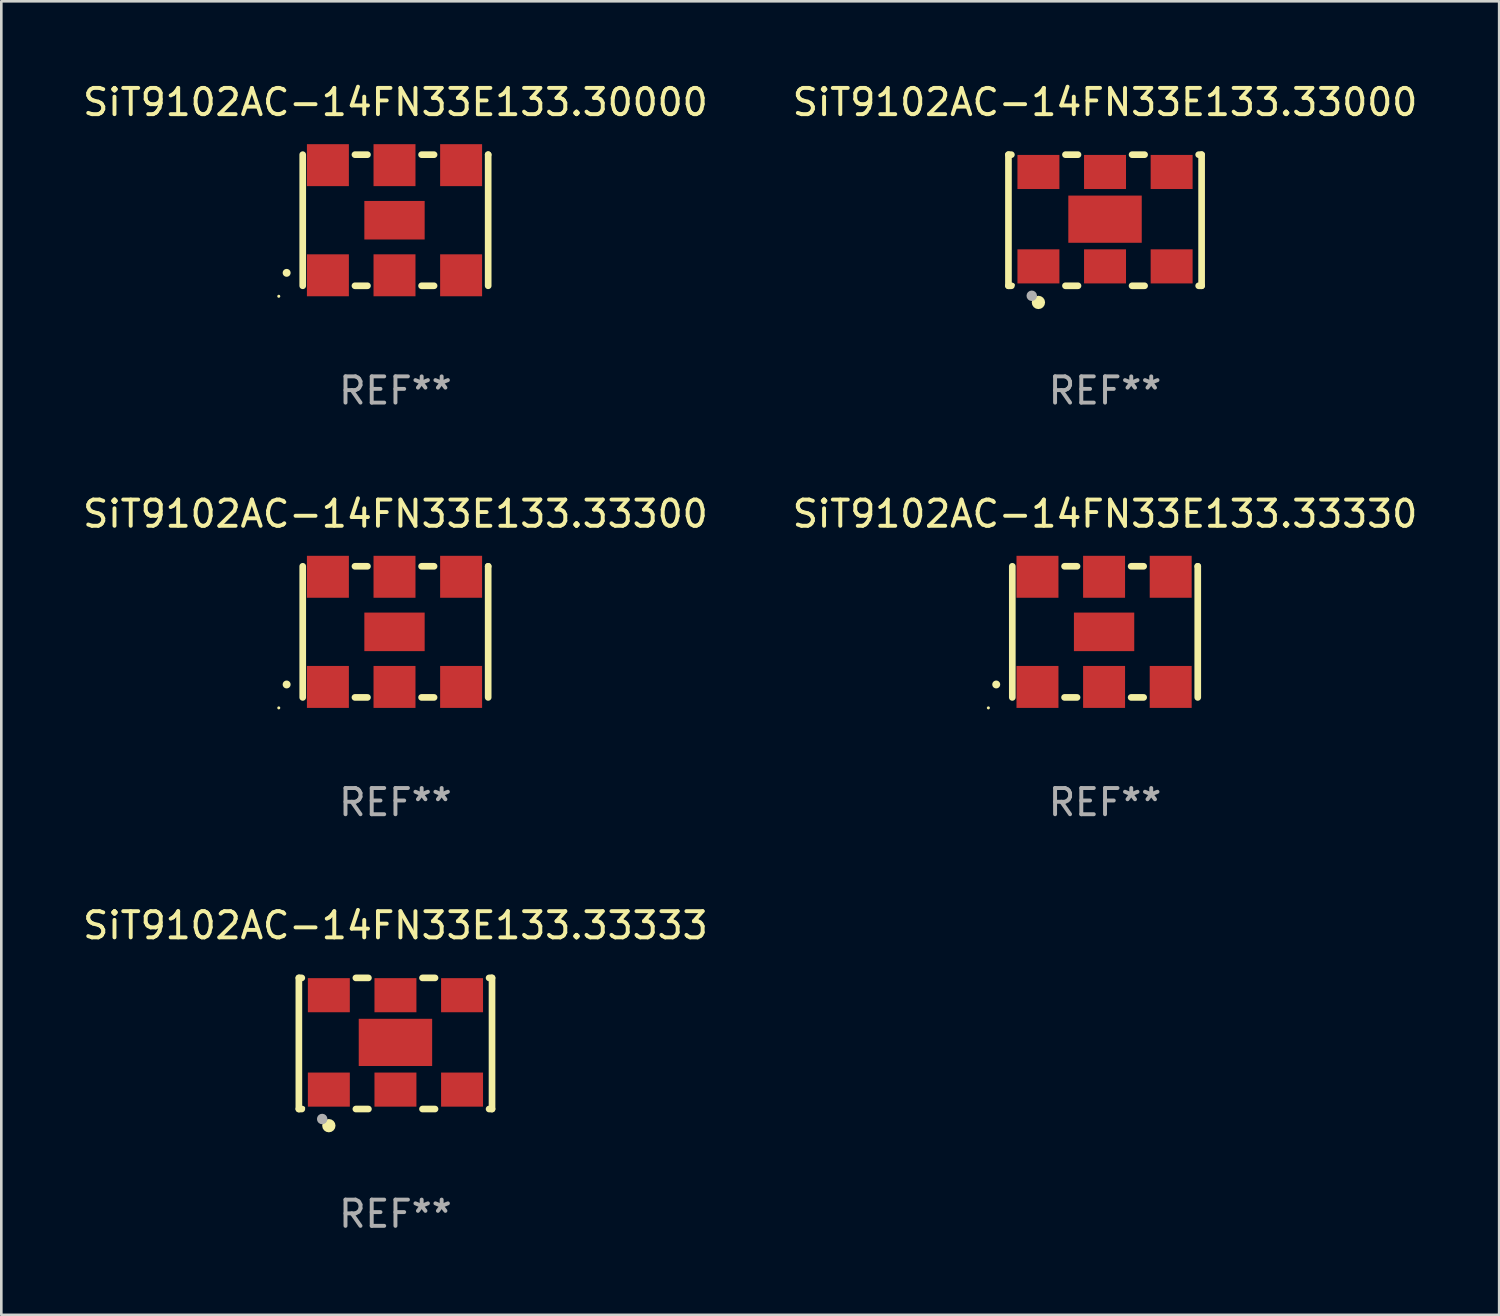
<source format=kicad_pcb>
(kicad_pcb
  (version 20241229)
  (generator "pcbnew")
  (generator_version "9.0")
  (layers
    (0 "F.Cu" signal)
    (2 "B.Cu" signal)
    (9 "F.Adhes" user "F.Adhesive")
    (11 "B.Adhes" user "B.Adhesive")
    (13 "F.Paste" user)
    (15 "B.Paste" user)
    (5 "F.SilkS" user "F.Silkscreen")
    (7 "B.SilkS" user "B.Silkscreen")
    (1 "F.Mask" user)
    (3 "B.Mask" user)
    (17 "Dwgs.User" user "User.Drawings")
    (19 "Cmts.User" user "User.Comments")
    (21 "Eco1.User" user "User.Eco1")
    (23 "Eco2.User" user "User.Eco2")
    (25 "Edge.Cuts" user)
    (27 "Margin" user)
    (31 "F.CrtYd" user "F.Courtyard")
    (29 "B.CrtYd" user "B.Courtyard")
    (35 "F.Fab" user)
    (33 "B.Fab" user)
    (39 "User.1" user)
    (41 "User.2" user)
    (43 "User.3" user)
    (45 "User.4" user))
  (footprint "SiT9102AC-14FN33E133.30000"
    (layer "F.Cu")
    (at 12.03 5.348)
    (property "Reference" "SiT9102AC-14FN33E133.30000" (at 0 -4.5 0) (layer "F.SilkS") (effects (font (size 1 1) (thickness 0.15))))
    (attr through_hole)
    (fp_line (start -3.536 -2.5) (end -3.536 2.5) (stroke (width 0.254) (type solid)) (layer "F.SilkS"))
    (fp_line (start -1.544 2.5) (end -1.067 2.5) (stroke (width 0.254) (type solid)) (layer "F.SilkS"))
    (fp_line (start -1.067 -2.5) (end -1.544 -2.5) (stroke (width 0.254) (type solid)) (layer "F.SilkS"))
    (fp_line (start 0.996 2.5) (end 1.473 2.5) (stroke (width 0.254) (type solid)) (layer "F.SilkS"))
    (fp_line (start 1.473 -2.5) (end 0.996 -2.5) (stroke (width 0.254) (type solid)) (layer "F.SilkS"))
    (fp_line (start 3.536 -2.5) (end 3.536 -2.5) (stroke (width 0.254) (type solid)) (layer "F.SilkS"))
    (fp_line (start 3.536 2.5) (end 3.536 -2.5) (stroke (width 0.254) (type solid)) (layer "F.SilkS"))
    (fp_arc (start -4.150432 2.006604) (mid -4.149162 2.006599) (end -4.147892 2.006604) (stroke (width 0.3) (type solid)) (layer "F.SilkS"))
    (fp_circle (center -4.449 2.9) (end -4.419 2.9) (stroke (width 0.06) (type solid)) (fill no) (layer "F.SilkS"))
    (fp_text user "REF**" (at 0 6.5 0) (layer "F.Fab") (effects (font (size 1 1) (thickness 0.15))))
    (pad "1" smd rect (at -2.576 2.1) (size 1.6 1.6) (layers "F.Cu" "F.Mask" "F.Paste"))
    (pad "2" smd rect (at -0.036 2.1) (size 1.6 1.6) (layers "F.Cu" "F.Mask" "F.Paste"))
    (pad "3" smd rect (at 2.504 2.1) (size 1.6 1.6) (layers "F.Cu" "F.Mask" "F.Paste"))
    (pad "4" smd rect (at 2.504 -2.1) (size 1.6 1.6) (layers "F.Cu" "F.Mask" "F.Paste"))
    (pad "5" smd rect (at -0.036 -2.1) (size 1.6 1.6) (layers "F.Cu" "F.Mask" "F.Paste"))
    (pad "6" smd rect (at -2.576 -2.1) (size 1.6 1.6) (layers "F.Cu" "F.Mask" "F.Paste"))
    (pad "7" smd rect (at -0.036 0) (size 2.3 1.47) (layers "F.Cu" "F.Mask" "F.Paste")))
  (footprint "SiT9102AC-14FN33E133.33333"
    (layer "F.Cu")
    (at 12.03 36.741)
    (property "Reference" "SiT9102AC-14FN33E133.33333" (at 0 -4.5 0) (layer "F.SilkS") (effects (font (size 1 1) (thickness 0.15))))
    (attr through_hole)
    (fp_line (start -3.683 -2.5) (end -3.571 -2.5) (stroke (width 0.254) (type solid)) (layer "F.SilkS"))
    (fp_line (start -3.683 2.5) (end -3.683 -2.5) (stroke (width 0.254) (type solid)) (layer "F.SilkS"))
    (fp_line (start -3.683 2.5) (end -3.571 2.5) (stroke (width 0.254) (type solid)) (layer "F.SilkS"))
    (fp_line (start -1.509 -2.5) (end -1.031 -2.5) (stroke (width 0.254) (type solid)) (layer "F.SilkS"))
    (fp_line (start -1.509 2.5) (end -1.031 2.5) (stroke (width 0.254) (type solid)) (layer "F.SilkS"))
    (fp_line (start 1.031 -2.5) (end 1.509 -2.5) (stroke (width 0.254) (type solid)) (layer "F.SilkS"))
    (fp_line (start 1.031 2.5) (end 1.509 2.5) (stroke (width 0.254) (type solid)) (layer "F.SilkS"))
    (fp_line (start 3.571 -2.5) (end 3.683 -2.5) (stroke (width 0.254) (type solid)) (layer "F.SilkS"))
    (fp_line (start 3.571 2.5) (end 3.683 2.5) (stroke (width 0.254) (type solid)) (layer "F.SilkS"))
    (fp_line (start 3.683 2.5) (end 3.683 -2.5) (stroke (width 0.254) (type solid)) (layer "F.SilkS"))
    (fp_circle (center -3.5 2.46) (end -3.47 2.46) (stroke (width 0.06) (type solid)) (fill no) (layer "F.SilkS"))
    (fp_circle (center -2.54 3.135) (end -2.413 3.135) (stroke (width 0.254) (type solid)) (fill no) (layer "F.SilkS"))
    (fp_circle (center -2.794 2.881) (end -2.694 2.881) (stroke (width 0.2) (type solid)) (fill no) (layer "F.Fab"))
    (fp_text user "REF**" (at 0 6.5 0) (layer "F.Fab") (effects (font (size 1 1) (thickness 0.15))))
    (pad "1" smd rect (at -2.54 1.76) (size 1.6 1.3) (layers "F.Cu" "F.Mask" "F.Paste"))
    (pad "2" smd rect (at 0 1.76) (size 1.6 1.3) (layers "F.Cu" "F.Mask" "F.Paste"))
    (pad "3" smd rect (at 2.54 1.76) (size 1.6 1.3) (layers "F.Cu" "F.Mask" "F.Paste"))
    (pad "4" smd rect (at 2.54 -1.84) (size 1.6 1.3) (layers "F.Cu" "F.Mask" "F.Paste"))
    (pad "5" smd rect (at 0 -1.84) (size 1.6 1.3) (layers "F.Cu" "F.Mask" "F.Paste"))
    (pad "6" smd rect (at -2.54 -1.84) (size 1.6 1.3) (layers "F.Cu" "F.Mask" "F.Paste"))
    (pad "7" smd rect (at 0 -0.04) (size 2.8 1.8) (layers "F.Cu" "F.Mask" "F.Paste")))
  (footprint "SiT9102AC-14FN33E133.33000"
    (layer "F.Cu")
    (at 39.089 5.348)
    (property "Reference" "SiT9102AC-14FN33E133.33000" (at 0 -4.5 0) (layer "F.SilkS") (effects (font (size 1 1) (thickness 0.15))))
    (attr through_hole)
    (fp_line (start -3.683 -2.5) (end -3.571 -2.5) (stroke (width 0.254) (type solid)) (layer "F.SilkS"))
    (fp_line (start -3.683 2.5) (end -3.683 -2.5) (stroke (width 0.254) (type solid)) (layer "F.SilkS"))
    (fp_line (start -3.683 2.5) (end -3.571 2.5) (stroke (width 0.254) (type solid)) (layer "F.SilkS"))
    (fp_line (start -1.509 -2.5) (end -1.031 -2.5) (stroke (width 0.254) (type solid)) (layer "F.SilkS"))
    (fp_line (start -1.509 2.5) (end -1.031 2.5) (stroke (width 0.254) (type solid)) (layer "F.SilkS"))
    (fp_line (start 1.031 -2.5) (end 1.509 -2.5) (stroke (width 0.254) (type solid)) (layer "F.SilkS"))
    (fp_line (start 1.031 2.5) (end 1.509 2.5) (stroke (width 0.254) (type solid)) (layer "F.SilkS"))
    (fp_line (start 3.571 -2.5) (end 3.683 -2.5) (stroke (width 0.254) (type solid)) (layer "F.SilkS"))
    (fp_line (start 3.571 2.5) (end 3.683 2.5) (stroke (width 0.254) (type solid)) (layer "F.SilkS"))
    (fp_line (start 3.683 2.5) (end 3.683 -2.5) (stroke (width 0.254) (type solid)) (layer "F.SilkS"))
    (fp_circle (center -3.5 2.46) (end -3.47 2.46) (stroke (width 0.06) (type solid)) (fill no) (layer "F.SilkS"))
    (fp_circle (center -2.54 3.135) (end -2.413 3.135) (stroke (width 0.254) (type solid)) (fill no) (layer "F.SilkS"))
    (fp_circle (center -2.794 2.881) (end -2.694 2.881) (stroke (width 0.2) (type solid)) (fill no) (layer "F.Fab"))
    (fp_text user "REF**" (at 0 6.5 0) (layer "F.Fab") (effects (font (size 1 1) (thickness 0.15))))
    (pad "1" smd rect (at -2.54 1.76) (size 1.6 1.3) (layers "F.Cu" "F.Mask" "F.Paste"))
    (pad "2" smd rect (at 0 1.76) (size 1.6 1.3) (layers "F.Cu" "F.Mask" "F.Paste"))
    (pad "3" smd rect (at 2.54 1.76) (size 1.6 1.3) (layers "F.Cu" "F.Mask" "F.Paste"))
    (pad "4" smd rect (at 2.54 -1.84) (size 1.6 1.3) (layers "F.Cu" "F.Mask" "F.Paste"))
    (pad "5" smd rect (at 0 -1.84) (size 1.6 1.3) (layers "F.Cu" "F.Mask" "F.Paste"))
    (pad "6" smd rect (at -2.54 -1.84) (size 1.6 1.3) (layers "F.Cu" "F.Mask" "F.Paste"))
    (pad "7" smd rect (at 0 -0.04) (size 2.8 1.8) (layers "F.Cu" "F.Mask" "F.Paste")))
  (footprint "SiT9102AC-14FN33E133.33300"
    (layer "F.Cu")
    (at 12.03 21.045)
    (property "Reference" "SiT9102AC-14FN33E133.33300" (at 0 -4.5 0) (layer "F.SilkS") (effects (font (size 1 1) (thickness 0.15))))
    (attr through_hole)
    (fp_line (start -3.536 -2.5) (end -3.536 2.5) (stroke (width 0.254) (type solid)) (layer "F.SilkS"))
    (fp_line (start -1.544 2.5) (end -1.067 2.5) (stroke (width 0.254) (type solid)) (layer "F.SilkS"))
    (fp_line (start -1.067 -2.5) (end -1.544 -2.5) (stroke (width 0.254) (type solid)) (layer "F.SilkS"))
    (fp_line (start 0.996 2.5) (end 1.473 2.5) (stroke (width 0.254) (type solid)) (layer "F.SilkS"))
    (fp_line (start 1.473 -2.5) (end 0.996 -2.5) (stroke (width 0.254) (type solid)) (layer "F.SilkS"))
    (fp_line (start 3.536 -2.5) (end 3.536 -2.5) (stroke (width 0.254) (type solid)) (layer "F.SilkS"))
    (fp_line (start 3.536 2.5) (end 3.536 -2.5) (stroke (width 0.254) (type solid)) (layer "F.SilkS"))
    (fp_arc (start -4.150432 2.006604) (mid -4.149162 2.006599) (end -4.147892 2.006604) (stroke (width 0.3) (type solid)) (layer "F.SilkS"))
    (fp_circle (center -4.449 2.9) (end -4.419 2.9) (stroke (width 0.06) (type solid)) (fill no) (layer "F.SilkS"))
    (fp_text user "REF**" (at 0 6.5 0) (layer "F.Fab") (effects (font (size 1 1) (thickness 0.15))))
    (pad "1" smd rect (at -2.576 2.1) (size 1.6 1.6) (layers "F.Cu" "F.Mask" "F.Paste"))
    (pad "2" smd rect (at -0.036 2.1) (size 1.6 1.6) (layers "F.Cu" "F.Mask" "F.Paste"))
    (pad "3" smd rect (at 2.504 2.1) (size 1.6 1.6) (layers "F.Cu" "F.Mask" "F.Paste"))
    (pad "4" smd rect (at 2.504 -2.1) (size 1.6 1.6) (layers "F.Cu" "F.Mask" "F.Paste"))
    (pad "5" smd rect (at -0.036 -2.1) (size 1.6 1.6) (layers "F.Cu" "F.Mask" "F.Paste"))
    (pad "6" smd rect (at -2.576 -2.1) (size 1.6 1.6) (layers "F.Cu" "F.Mask" "F.Paste"))
    (pad "7" smd rect (at -0.036 0) (size 2.3 1.47) (layers "F.Cu" "F.Mask" "F.Paste")))
  (footprint "SiT9102AC-14FN33E133.33330"
    (layer "F.Cu")
    (at 39.089 21.045)
    (property "Reference" "SiT9102AC-14FN33E133.33330" (at 0 -4.5 0) (layer "F.SilkS") (effects (font (size 1 1) (thickness 0.15))))
    (attr through_hole)
    (fp_line (start -3.536 -2.5) (end -3.536 2.5) (stroke (width 0.254) (type solid)) (layer "F.SilkS"))
    (fp_line (start -1.544 2.5) (end -1.067 2.5) (stroke (width 0.254) (type solid)) (layer "F.SilkS"))
    (fp_line (start -1.067 -2.5) (end -1.544 -2.5) (stroke (width 0.254) (type solid)) (layer "F.SilkS"))
    (fp_line (start 0.996 2.5) (end 1.473 2.5) (stroke (width 0.254) (type solid)) (layer "F.SilkS"))
    (fp_line (start 1.473 -2.5) (end 0.996 -2.5) (stroke (width 0.254) (type solid)) (layer "F.SilkS"))
    (fp_line (start 3.536 -2.5) (end 3.536 -2.5) (stroke (width 0.254) (type solid)) (layer "F.SilkS"))
    (fp_line (start 3.536 2.5) (end 3.536 -2.5) (stroke (width 0.254) (type solid)) (layer "F.SilkS"))
    (fp_arc (start -4.150432 2.006604) (mid -4.149162 2.006599) (end -4.147892 2.006604) (stroke (width 0.3) (type solid)) (layer "F.SilkS"))
    (fp_circle (center -4.449 2.9) (end -4.419 2.9) (stroke (width 0.06) (type solid)) (fill no) (layer "F.SilkS"))
    (fp_text user "REF**" (at 0 6.5 0) (layer "F.Fab") (effects (font (size 1 1) (thickness 0.15))))
    (pad "1" smd rect (at -2.576 2.1) (size 1.6 1.6) (layers "F.Cu" "F.Mask" "F.Paste"))
    (pad "2" smd rect (at -0.036 2.1) (size 1.6 1.6) (layers "F.Cu" "F.Mask" "F.Paste"))
    (pad "3" smd rect (at 2.504 2.1) (size 1.6 1.6) (layers "F.Cu" "F.Mask" "F.Paste"))
    (pad "4" smd rect (at 2.504 -2.1) (size 1.6 1.6) (layers "F.Cu" "F.Mask" "F.Paste"))
    (pad "5" smd rect (at -0.036 -2.1) (size 1.6 1.6) (layers "F.Cu" "F.Mask" "F.Paste"))
    (pad "6" smd rect (at -2.576 -2.1) (size 1.6 1.6) (layers "F.Cu" "F.Mask" "F.Paste"))
    (pad "7" smd rect (at -0.036 0) (size 2.3 1.47) (layers "F.Cu" "F.Mask" "F.Paste")))
  (gr_rect
    (start -3 -3)
    (end 54.119 47.09)
    (stroke (width 0.1) (type default))
    (fill no)
    (layer "Edge.Cuts")))
</source>
